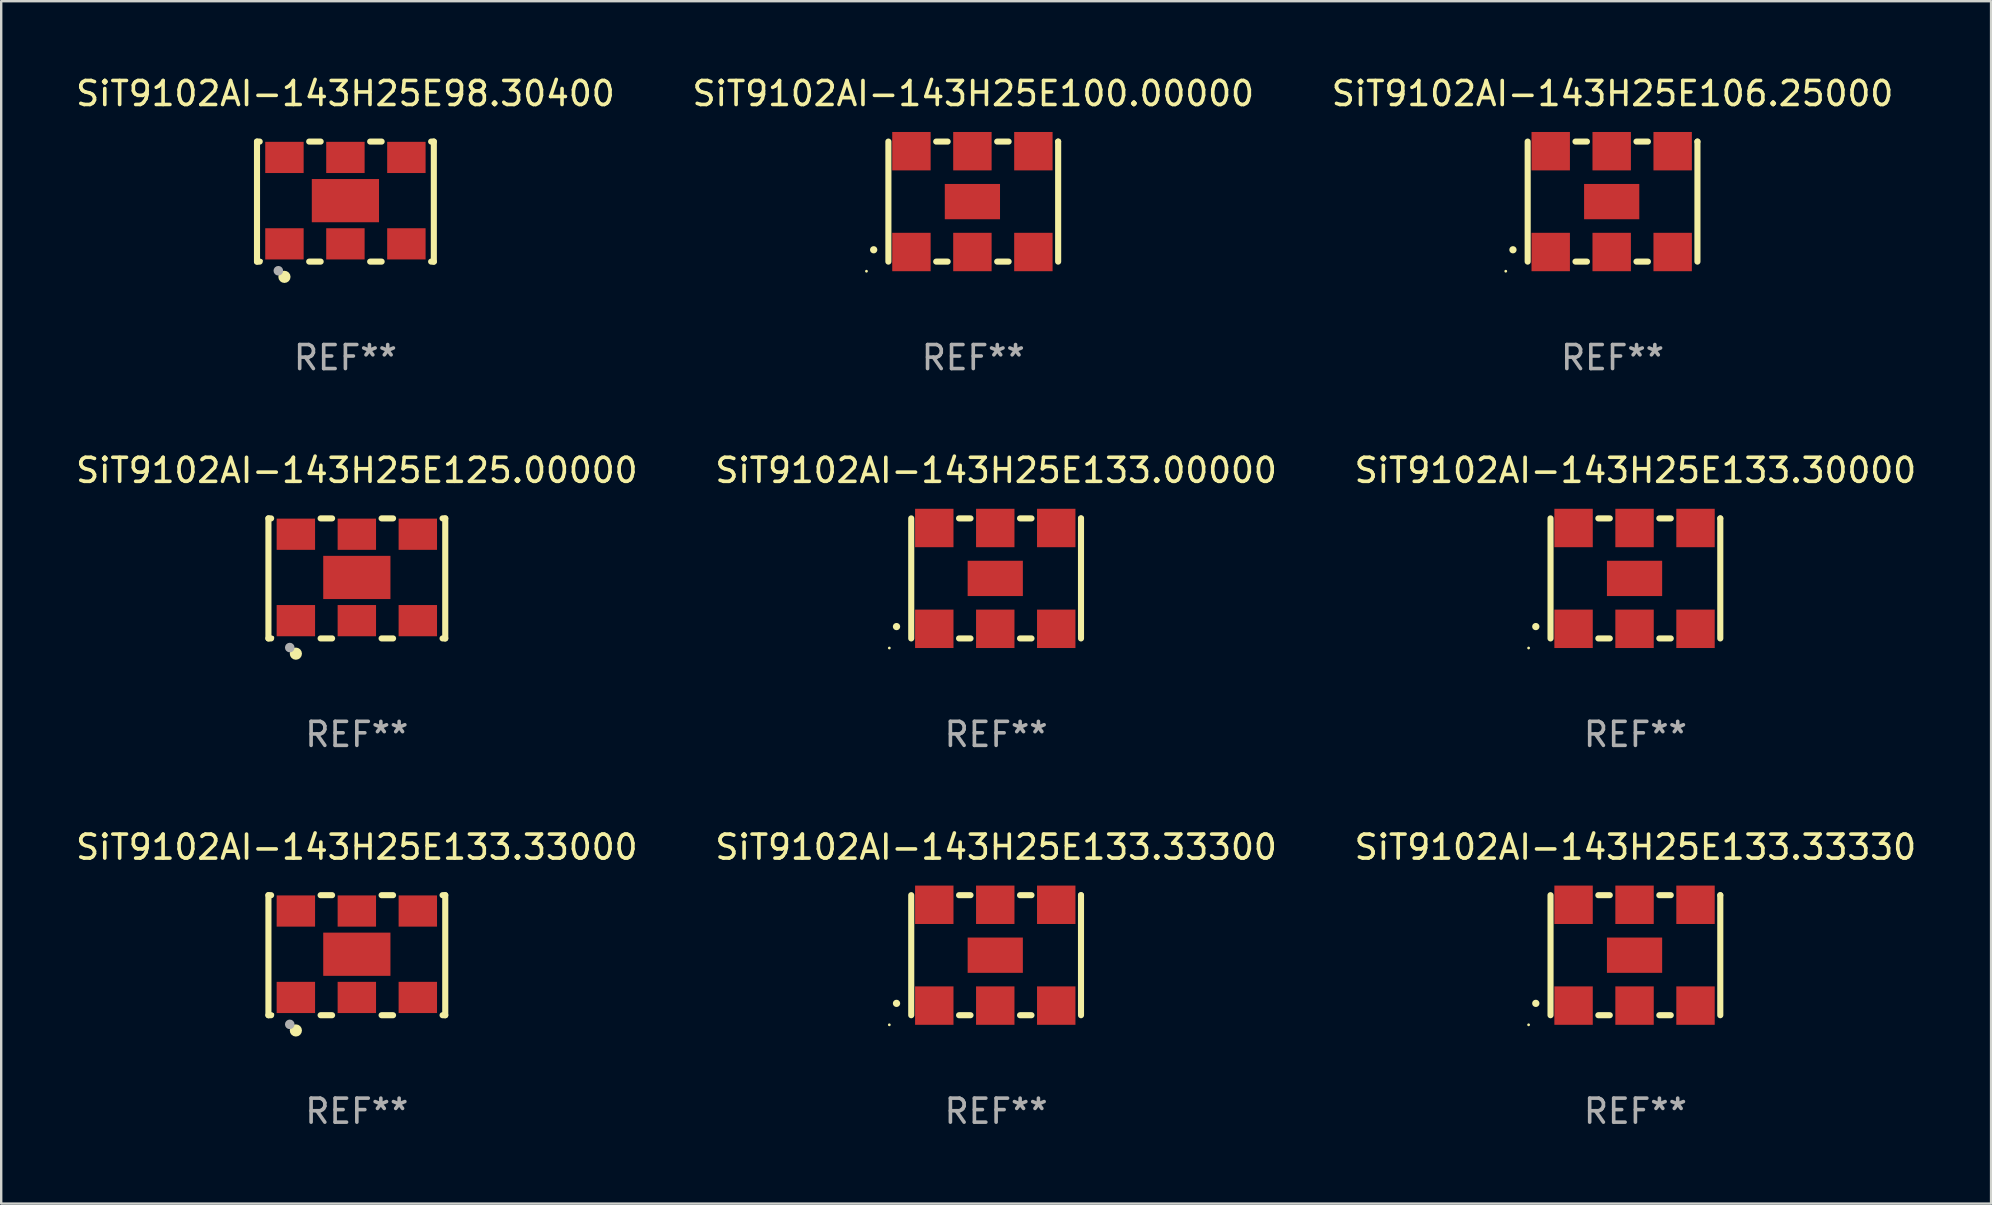
<source format=kicad_pcb>
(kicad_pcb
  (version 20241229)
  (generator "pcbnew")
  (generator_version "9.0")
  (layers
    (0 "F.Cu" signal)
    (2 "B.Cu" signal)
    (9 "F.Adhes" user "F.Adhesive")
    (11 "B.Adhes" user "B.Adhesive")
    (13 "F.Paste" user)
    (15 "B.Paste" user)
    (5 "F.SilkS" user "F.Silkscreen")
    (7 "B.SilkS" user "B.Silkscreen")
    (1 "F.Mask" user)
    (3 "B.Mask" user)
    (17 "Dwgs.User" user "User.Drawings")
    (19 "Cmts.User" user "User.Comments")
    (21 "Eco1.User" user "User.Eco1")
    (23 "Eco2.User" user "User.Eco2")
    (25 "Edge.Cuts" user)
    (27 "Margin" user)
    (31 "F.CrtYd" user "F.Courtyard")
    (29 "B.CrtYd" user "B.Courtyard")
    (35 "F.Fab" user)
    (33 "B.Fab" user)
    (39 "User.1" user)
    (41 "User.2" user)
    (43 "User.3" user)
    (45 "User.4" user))
  (footprint "SiT9102AI-143H25E133.33330"
    (layer "F.Cu")
    (at 65.077 36.741)
    (property "Reference" "SiT9102AI-143H25E133.33330" (at 0 -4.5 0) (layer "F.SilkS") (effects (font (size 1 1) (thickness 0.15))))
    (attr through_hole)
    (fp_line (start -3.536 -2.5) (end -3.536 2.5) (stroke (width 0.254) (type solid)) (layer "F.SilkS"))
    (fp_line (start -1.544 2.5) (end -1.067 2.5) (stroke (width 0.254) (type solid)) (layer "F.SilkS"))
    (fp_line (start -1.067 -2.5) (end -1.544 -2.5) (stroke (width 0.254) (type solid)) (layer "F.SilkS"))
    (fp_line (start 0.996 2.5) (end 1.473 2.5) (stroke (width 0.254) (type solid)) (layer "F.SilkS"))
    (fp_line (start 1.473 -2.5) (end 0.996 -2.5) (stroke (width 0.254) (type solid)) (layer "F.SilkS"))
    (fp_line (start 3.536 -2.5) (end 3.536 -2.5) (stroke (width 0.254) (type solid)) (layer "F.SilkS"))
    (fp_line (start 3.536 2.5) (end 3.536 -2.5) (stroke (width 0.254) (type solid)) (layer "F.SilkS"))
    (fp_arc (start -4.150432 2.006604) (mid -4.149162 2.006599) (end -4.147892 2.006604) (stroke (width 0.3) (type solid)) (layer "F.SilkS"))
    (fp_circle (center -4.449 2.9) (end -4.419 2.9) (stroke (width 0.06) (type solid)) (fill no) (layer "F.SilkS"))
    (fp_text user "REF**" (at 0 6.5 0) (layer "F.Fab") (effects (font (size 1 1) (thickness 0.15))))
    (pad "1" smd rect (at -2.576 2.1) (size 1.6 1.6) (layers "F.Cu" "F.Mask" "F.Paste"))
    (pad "2" smd rect (at -0.036 2.1) (size 1.6 1.6) (layers "F.Cu" "F.Mask" "F.Paste"))
    (pad "3" smd rect (at 2.504 2.1) (size 1.6 1.6) (layers "F.Cu" "F.Mask" "F.Paste"))
    (pad "4" smd rect (at 2.504 -2.1) (size 1.6 1.6) (layers "F.Cu" "F.Mask" "F.Paste"))
    (pad "5" smd rect (at -0.036 -2.1) (size 1.6 1.6) (layers "F.Cu" "F.Mask" "F.Paste"))
    (pad "6" smd rect (at -2.576 -2.1) (size 1.6 1.6) (layers "F.Cu" "F.Mask" "F.Paste"))
    (pad "7" smd rect (at -0.036 0) (size 2.3 1.47) (layers "F.Cu" "F.Mask" "F.Paste")))
  (footprint "SiT9102AI-143H25E106.25000"
    (layer "F.Cu")
    (at 64.125 5.348)
    (property "Reference" "SiT9102AI-143H25E106.25000" (at 0 -4.5 0) (layer "F.SilkS") (effects (font (size 1 1) (thickness 0.15))))
    (attr through_hole)
    (fp_line (start -3.536 -2.5) (end -3.536 2.5) (stroke (width 0.254) (type solid)) (layer "F.SilkS"))
    (fp_line (start -1.544 2.5) (end -1.067 2.5) (stroke (width 0.254) (type solid)) (layer "F.SilkS"))
    (fp_line (start -1.067 -2.5) (end -1.544 -2.5) (stroke (width 0.254) (type solid)) (layer "F.SilkS"))
    (fp_line (start 0.996 2.5) (end 1.473 2.5) (stroke (width 0.254) (type solid)) (layer "F.SilkS"))
    (fp_line (start 1.473 -2.5) (end 0.996 -2.5) (stroke (width 0.254) (type solid)) (layer "F.SilkS"))
    (fp_line (start 3.536 -2.5) (end 3.536 -2.5) (stroke (width 0.254) (type solid)) (layer "F.SilkS"))
    (fp_line (start 3.536 2.5) (end 3.536 -2.5) (stroke (width 0.254) (type solid)) (layer "F.SilkS"))
    (fp_arc (start -4.150432 2.006604) (mid -4.149162 2.006599) (end -4.147892 2.006604) (stroke (width 0.3) (type solid)) (layer "F.SilkS"))
    (fp_circle (center -4.449 2.9) (end -4.419 2.9) (stroke (width 0.06) (type solid)) (fill no) (layer "F.SilkS"))
    (fp_text user "REF**" (at 0 6.5 0) (layer "F.Fab") (effects (font (size 1 1) (thickness 0.15))))
    (pad "1" smd rect (at -2.576 2.1) (size 1.6 1.6) (layers "F.Cu" "F.Mask" "F.Paste"))
    (pad "2" smd rect (at -0.036 2.1) (size 1.6 1.6) (layers "F.Cu" "F.Mask" "F.Paste"))
    (pad "3" smd rect (at 2.504 2.1) (size 1.6 1.6) (layers "F.Cu" "F.Mask" "F.Paste"))
    (pad "4" smd rect (at 2.504 -2.1) (size 1.6 1.6) (layers "F.Cu" "F.Mask" "F.Paste"))
    (pad "5" smd rect (at -0.036 -2.1) (size 1.6 1.6) (layers "F.Cu" "F.Mask" "F.Paste"))
    (pad "6" smd rect (at -2.576 -2.1) (size 1.6 1.6) (layers "F.Cu" "F.Mask" "F.Paste"))
    (pad "7" smd rect (at -0.036 0) (size 2.3 1.47) (layers "F.Cu" "F.Mask" "F.Paste")))
  (footprint "SiT9102AI-143H25E133.00000"
    (layer "F.Cu")
    (at 38.446 21.045)
    (property "Reference" "SiT9102AI-143H25E133.00000" (at 0 -4.5 0) (layer "F.SilkS") (effects (font (size 1 1) (thickness 0.15))))
    (attr through_hole)
    (fp_line (start -3.536 -2.5) (end -3.536 2.5) (stroke (width 0.254) (type solid)) (layer "F.SilkS"))
    (fp_line (start -1.544 2.5) (end -1.067 2.5) (stroke (width 0.254) (type solid)) (layer "F.SilkS"))
    (fp_line (start -1.067 -2.5) (end -1.544 -2.5) (stroke (width 0.254) (type solid)) (layer "F.SilkS"))
    (fp_line (start 0.996 2.5) (end 1.473 2.5) (stroke (width 0.254) (type solid)) (layer "F.SilkS"))
    (fp_line (start 1.473 -2.5) (end 0.996 -2.5) (stroke (width 0.254) (type solid)) (layer "F.SilkS"))
    (fp_line (start 3.536 -2.5) (end 3.536 -2.5) (stroke (width 0.254) (type solid)) (layer "F.SilkS"))
    (fp_line (start 3.536 2.5) (end 3.536 -2.5) (stroke (width 0.254) (type solid)) (layer "F.SilkS"))
    (fp_arc (start -4.150432 2.006604) (mid -4.149162 2.006599) (end -4.147892 2.006604) (stroke (width 0.3) (type solid)) (layer "F.SilkS"))
    (fp_circle (center -4.449 2.9) (end -4.419 2.9) (stroke (width 0.06) (type solid)) (fill no) (layer "F.SilkS"))
    (fp_text user "REF**" (at 0 6.5 0) (layer "F.Fab") (effects (font (size 1 1) (thickness 0.15))))
    (pad "1" smd rect (at -2.576 2.1) (size 1.6 1.6) (layers "F.Cu" "F.Mask" "F.Paste"))
    (pad "2" smd rect (at -0.036 2.1) (size 1.6 1.6) (layers "F.Cu" "F.Mask" "F.Paste"))
    (pad "3" smd rect (at 2.504 2.1) (size 1.6 1.6) (layers "F.Cu" "F.Mask" "F.Paste"))
    (pad "4" smd rect (at 2.504 -2.1) (size 1.6 1.6) (layers "F.Cu" "F.Mask" "F.Paste"))
    (pad "5" smd rect (at -0.036 -2.1) (size 1.6 1.6) (layers "F.Cu" "F.Mask" "F.Paste"))
    (pad "6" smd rect (at -2.576 -2.1) (size 1.6 1.6) (layers "F.Cu" "F.Mask" "F.Paste"))
    (pad "7" smd rect (at -0.036 0) (size 2.3 1.47) (layers "F.Cu" "F.Mask" "F.Paste")))
  (footprint "SiT9102AI-143H25E133.33000"
    (layer "F.Cu")
    (at 11.815 36.741)
    (property "Reference" "SiT9102AI-143H25E133.33000" (at 0 -4.5 0) (layer "F.SilkS") (effects (font (size 1 1) (thickness 0.15))))
    (attr through_hole)
    (fp_line (start -3.683 -2.5) (end -3.571 -2.5) (stroke (width 0.254) (type solid)) (layer "F.SilkS"))
    (fp_line (start -3.683 2.5) (end -3.683 -2.5) (stroke (width 0.254) (type solid)) (layer "F.SilkS"))
    (fp_line (start -3.683 2.5) (end -3.571 2.5) (stroke (width 0.254) (type solid)) (layer "F.SilkS"))
    (fp_line (start -1.509 -2.5) (end -1.031 -2.5) (stroke (width 0.254) (type solid)) (layer "F.SilkS"))
    (fp_line (start -1.509 2.5) (end -1.031 2.5) (stroke (width 0.254) (type solid)) (layer "F.SilkS"))
    (fp_line (start 1.031 -2.5) (end 1.509 -2.5) (stroke (width 0.254) (type solid)) (layer "F.SilkS"))
    (fp_line (start 1.031 2.5) (end 1.509 2.5) (stroke (width 0.254) (type solid)) (layer "F.SilkS"))
    (fp_line (start 3.571 -2.5) (end 3.683 -2.5) (stroke (width 0.254) (type solid)) (layer "F.SilkS"))
    (fp_line (start 3.571 2.5) (end 3.683 2.5) (stroke (width 0.254) (type solid)) (layer "F.SilkS"))
    (fp_line (start 3.683 2.5) (end 3.683 -2.5) (stroke (width 0.254) (type solid)) (layer "F.SilkS"))
    (fp_circle (center -3.5 2.46) (end -3.47 2.46) (stroke (width 0.06) (type solid)) (fill no) (layer "F.SilkS"))
    (fp_circle (center -2.54 3.135) (end -2.413 3.135) (stroke (width 0.254) (type solid)) (fill no) (layer "F.SilkS"))
    (fp_circle (center -2.794 2.881) (end -2.694 2.881) (stroke (width 0.2) (type solid)) (fill no) (layer "F.Fab"))
    (fp_text user "REF**" (at 0 6.5 0) (layer "F.Fab") (effects (font (size 1 1) (thickness 0.15))))
    (pad "1" smd rect (at -2.54 1.76) (size 1.6 1.3) (layers "F.Cu" "F.Mask" "F.Paste"))
    (pad "2" smd rect (at 0 1.76) (size 1.6 1.3) (layers "F.Cu" "F.Mask" "F.Paste"))
    (pad "3" smd rect (at 2.54 1.76) (size 1.6 1.3) (layers "F.Cu" "F.Mask" "F.Paste"))
    (pad "4" smd rect (at 2.54 -1.84) (size 1.6 1.3) (layers "F.Cu" "F.Mask" "F.Paste"))
    (pad "5" smd rect (at 0 -1.84) (size 1.6 1.3) (layers "F.Cu" "F.Mask" "F.Paste"))
    (pad "6" smd rect (at -2.54 -1.84) (size 1.6 1.3) (layers "F.Cu" "F.Mask" "F.Paste"))
    (pad "7" smd rect (at 0 -0.04) (size 2.8 1.8) (layers "F.Cu" "F.Mask" "F.Paste")))
  (footprint "SiT9102AI-143H25E100.00000"
    (layer "F.Cu")
    (at 37.494 5.348)
    (property "Reference" "SiT9102AI-143H25E100.00000" (at 0 -4.5 0) (layer "F.SilkS") (effects (font (size 1 1) (thickness 0.15))))
    (attr through_hole)
    (fp_line (start -3.536 -2.5) (end -3.536 2.5) (stroke (width 0.254) (type solid)) (layer "F.SilkS"))
    (fp_line (start -1.544 2.5) (end -1.067 2.5) (stroke (width 0.254) (type solid)) (layer "F.SilkS"))
    (fp_line (start -1.067 -2.5) (end -1.544 -2.5) (stroke (width 0.254) (type solid)) (layer "F.SilkS"))
    (fp_line (start 0.996 2.5) (end 1.473 2.5) (stroke (width 0.254) (type solid)) (layer "F.SilkS"))
    (fp_line (start 1.473 -2.5) (end 0.996 -2.5) (stroke (width 0.254) (type solid)) (layer "F.SilkS"))
    (fp_line (start 3.536 -2.5) (end 3.536 -2.5) (stroke (width 0.254) (type solid)) (layer "F.SilkS"))
    (fp_line (start 3.536 2.5) (end 3.536 -2.5) (stroke (width 0.254) (type solid)) (layer "F.SilkS"))
    (fp_arc (start -4.150432 2.006604) (mid -4.149162 2.006599) (end -4.147892 2.006604) (stroke (width 0.3) (type solid)) (layer "F.SilkS"))
    (fp_circle (center -4.449 2.9) (end -4.419 2.9) (stroke (width 0.06) (type solid)) (fill no) (layer "F.SilkS"))
    (fp_text user "REF**" (at 0 6.5 0) (layer "F.Fab") (effects (font (size 1 1) (thickness 0.15))))
    (pad "1" smd rect (at -2.576 2.1) (size 1.6 1.6) (layers "F.Cu" "F.Mask" "F.Paste"))
    (pad "2" smd rect (at -0.036 2.1) (size 1.6 1.6) (layers "F.Cu" "F.Mask" "F.Paste"))
    (pad "3" smd rect (at 2.504 2.1) (size 1.6 1.6) (layers "F.Cu" "F.Mask" "F.Paste"))
    (pad "4" smd rect (at 2.504 -2.1) (size 1.6 1.6) (layers "F.Cu" "F.Mask" "F.Paste"))
    (pad "5" smd rect (at -0.036 -2.1) (size 1.6 1.6) (layers "F.Cu" "F.Mask" "F.Paste"))
    (pad "6" smd rect (at -2.576 -2.1) (size 1.6 1.6) (layers "F.Cu" "F.Mask" "F.Paste"))
    (pad "7" smd rect (at -0.036 0) (size 2.3 1.47) (layers "F.Cu" "F.Mask" "F.Paste")))
  (footprint "SiT9102AI-143H25E133.33300"
    (layer "F.Cu")
    (at 38.446 36.741)
    (property "Reference" "SiT9102AI-143H25E133.33300" (at 0 -4.5 0) (layer "F.SilkS") (effects (font (size 1 1) (thickness 0.15))))
    (attr through_hole)
    (fp_line (start -3.536 -2.5) (end -3.536 2.5) (stroke (width 0.254) (type solid)) (layer "F.SilkS"))
    (fp_line (start -1.544 2.5) (end -1.067 2.5) (stroke (width 0.254) (type solid)) (layer "F.SilkS"))
    (fp_line (start -1.067 -2.5) (end -1.544 -2.5) (stroke (width 0.254) (type solid)) (layer "F.SilkS"))
    (fp_line (start 0.996 2.5) (end 1.473 2.5) (stroke (width 0.254) (type solid)) (layer "F.SilkS"))
    (fp_line (start 1.473 -2.5) (end 0.996 -2.5) (stroke (width 0.254) (type solid)) (layer "F.SilkS"))
    (fp_line (start 3.536 -2.5) (end 3.536 -2.5) (stroke (width 0.254) (type solid)) (layer "F.SilkS"))
    (fp_line (start 3.536 2.5) (end 3.536 -2.5) (stroke (width 0.254) (type solid)) (layer "F.SilkS"))
    (fp_arc (start -4.150432 2.006604) (mid -4.149162 2.006599) (end -4.147892 2.006604) (stroke (width 0.3) (type solid)) (layer "F.SilkS"))
    (fp_circle (center -4.449 2.9) (end -4.419 2.9) (stroke (width 0.06) (type solid)) (fill no) (layer "F.SilkS"))
    (fp_text user "REF**" (at 0 6.5 0) (layer "F.Fab") (effects (font (size 1 1) (thickness 0.15))))
    (pad "1" smd rect (at -2.576 2.1) (size 1.6 1.6) (layers "F.Cu" "F.Mask" "F.Paste"))
    (pad "2" smd rect (at -0.036 2.1) (size 1.6 1.6) (layers "F.Cu" "F.Mask" "F.Paste"))
    (pad "3" smd rect (at 2.504 2.1) (size 1.6 1.6) (layers "F.Cu" "F.Mask" "F.Paste"))
    (pad "4" smd rect (at 2.504 -2.1) (size 1.6 1.6) (layers "F.Cu" "F.Mask" "F.Paste"))
    (pad "5" smd rect (at -0.036 -2.1) (size 1.6 1.6) (layers "F.Cu" "F.Mask" "F.Paste"))
    (pad "6" smd rect (at -2.576 -2.1) (size 1.6 1.6) (layers "F.Cu" "F.Mask" "F.Paste"))
    (pad "7" smd rect (at -0.036 0) (size 2.3 1.47) (layers "F.Cu" "F.Mask" "F.Paste")))
  (footprint "SiT9102AI-143H25E133.30000"
    (layer "F.Cu")
    (at 65.077 21.045)
    (property "Reference" "SiT9102AI-143H25E133.30000" (at 0 -4.5 0) (layer "F.SilkS") (effects (font (size 1 1) (thickness 0.15))))
    (attr through_hole)
    (fp_line (start -3.536 -2.5) (end -3.536 2.5) (stroke (width 0.254) (type solid)) (layer "F.SilkS"))
    (fp_line (start -1.544 2.5) (end -1.067 2.5) (stroke (width 0.254) (type solid)) (layer "F.SilkS"))
    (fp_line (start -1.067 -2.5) (end -1.544 -2.5) (stroke (width 0.254) (type solid)) (layer "F.SilkS"))
    (fp_line (start 0.996 2.5) (end 1.473 2.5) (stroke (width 0.254) (type solid)) (layer "F.SilkS"))
    (fp_line (start 1.473 -2.5) (end 0.996 -2.5) (stroke (width 0.254) (type solid)) (layer "F.SilkS"))
    (fp_line (start 3.536 -2.5) (end 3.536 -2.5) (stroke (width 0.254) (type solid)) (layer "F.SilkS"))
    (fp_line (start 3.536 2.5) (end 3.536 -2.5) (stroke (width 0.254) (type solid)) (layer "F.SilkS"))
    (fp_arc (start -4.150432 2.006604) (mid -4.149162 2.006599) (end -4.147892 2.006604) (stroke (width 0.3) (type solid)) (layer "F.SilkS"))
    (fp_circle (center -4.449 2.9) (end -4.419 2.9) (stroke (width 0.06) (type solid)) (fill no) (layer "F.SilkS"))
    (fp_text user "REF**" (at 0 6.5 0) (layer "F.Fab") (effects (font (size 1 1) (thickness 0.15))))
    (pad "1" smd rect (at -2.576 2.1) (size 1.6 1.6) (layers "F.Cu" "F.Mask" "F.Paste"))
    (pad "2" smd rect (at -0.036 2.1) (size 1.6 1.6) (layers "F.Cu" "F.Mask" "F.Paste"))
    (pad "3" smd rect (at 2.504 2.1) (size 1.6 1.6) (layers "F.Cu" "F.Mask" "F.Paste"))
    (pad "4" smd rect (at 2.504 -2.1) (size 1.6 1.6) (layers "F.Cu" "F.Mask" "F.Paste"))
    (pad "5" smd rect (at -0.036 -2.1) (size 1.6 1.6) (layers "F.Cu" "F.Mask" "F.Paste"))
    (pad "6" smd rect (at -2.576 -2.1) (size 1.6 1.6) (layers "F.Cu" "F.Mask" "F.Paste"))
    (pad "7" smd rect (at -0.036 0) (size 2.3 1.47) (layers "F.Cu" "F.Mask" "F.Paste")))
  (footprint "SiT9102AI-143H25E125.00000"
    (layer "F.Cu")
    (at 11.815 21.045)
    (property "Reference" "SiT9102AI-143H25E125.00000" (at 0 -4.5 0) (layer "F.SilkS") (effects (font (size 1 1) (thickness 0.15))))
    (attr through_hole)
    (fp_line (start -3.683 -2.5) (end -3.571 -2.5) (stroke (width 0.254) (type solid)) (layer "F.SilkS"))
    (fp_line (start -3.683 2.5) (end -3.683 -2.5) (stroke (width 0.254) (type solid)) (layer "F.SilkS"))
    (fp_line (start -3.683 2.5) (end -3.571 2.5) (stroke (width 0.254) (type solid)) (layer "F.SilkS"))
    (fp_line (start -1.509 -2.5) (end -1.031 -2.5) (stroke (width 0.254) (type solid)) (layer "F.SilkS"))
    (fp_line (start -1.509 2.5) (end -1.031 2.5) (stroke (width 0.254) (type solid)) (layer "F.SilkS"))
    (fp_line (start 1.031 -2.5) (end 1.509 -2.5) (stroke (width 0.254) (type solid)) (layer "F.SilkS"))
    (fp_line (start 1.031 2.5) (end 1.509 2.5) (stroke (width 0.254) (type solid)) (layer "F.SilkS"))
    (fp_line (start 3.571 -2.5) (end 3.683 -2.5) (stroke (width 0.254) (type solid)) (layer "F.SilkS"))
    (fp_line (start 3.571 2.5) (end 3.683 2.5) (stroke (width 0.254) (type solid)) (layer "F.SilkS"))
    (fp_line (start 3.683 2.5) (end 3.683 -2.5) (stroke (width 0.254) (type solid)) (layer "F.SilkS"))
    (fp_circle (center -3.5 2.46) (end -3.47 2.46) (stroke (width 0.06) (type solid)) (fill no) (layer "F.SilkS"))
    (fp_circle (center -2.54 3.135) (end -2.413 3.135) (stroke (width 0.254) (type solid)) (fill no) (layer "F.SilkS"))
    (fp_circle (center -2.794 2.881) (end -2.694 2.881) (stroke (width 0.2) (type solid)) (fill no) (layer "F.Fab"))
    (fp_text user "REF**" (at 0 6.5 0) (layer "F.Fab") (effects (font (size 1 1) (thickness 0.15))))
    (pad "1" smd rect (at -2.54 1.76) (size 1.6 1.3) (layers "F.Cu" "F.Mask" "F.Paste"))
    (pad "2" smd rect (at 0 1.76) (size 1.6 1.3) (layers "F.Cu" "F.Mask" "F.Paste"))
    (pad "3" smd rect (at 2.54 1.76) (size 1.6 1.3) (layers "F.Cu" "F.Mask" "F.Paste"))
    (pad "4" smd rect (at 2.54 -1.84) (size 1.6 1.3) (layers "F.Cu" "F.Mask" "F.Paste"))
    (pad "5" smd rect (at 0 -1.84) (size 1.6 1.3) (layers "F.Cu" "F.Mask" "F.Paste"))
    (pad "6" smd rect (at -2.54 -1.84) (size 1.6 1.3) (layers "F.Cu" "F.Mask" "F.Paste"))
    (pad "7" smd rect (at 0 -0.04) (size 2.8 1.8) (layers "F.Cu" "F.Mask" "F.Paste")))
  (footprint "SiT9102AI-143H25E98.30400"
    (layer "F.Cu")
    (at 11.339 5.348)
    (property "Reference" "SiT9102AI-143H25E98.30400" (at 0 -4.5 0) (layer "F.SilkS") (effects (font (size 1 1) (thickness 0.15))))
    (attr through_hole)
    (fp_line (start -3.683 -2.5) (end -3.571 -2.5) (stroke (width 0.254) (type solid)) (layer "F.SilkS"))
    (fp_line (start -3.683 2.5) (end -3.683 -2.5) (stroke (width 0.254) (type solid)) (layer "F.SilkS"))
    (fp_line (start -3.683 2.5) (end -3.571 2.5) (stroke (width 0.254) (type solid)) (layer "F.SilkS"))
    (fp_line (start -1.509 -2.5) (end -1.031 -2.5) (stroke (width 0.254) (type solid)) (layer "F.SilkS"))
    (fp_line (start -1.509 2.5) (end -1.031 2.5) (stroke (width 0.254) (type solid)) (layer "F.SilkS"))
    (fp_line (start 1.031 -2.5) (end 1.509 -2.5) (stroke (width 0.254) (type solid)) (layer "F.SilkS"))
    (fp_line (start 1.031 2.5) (end 1.509 2.5) (stroke (width 0.254) (type solid)) (layer "F.SilkS"))
    (fp_line (start 3.571 -2.5) (end 3.683 -2.5) (stroke (width 0.254) (type solid)) (layer "F.SilkS"))
    (fp_line (start 3.571 2.5) (end 3.683 2.5) (stroke (width 0.254) (type solid)) (layer "F.SilkS"))
    (fp_line (start 3.683 2.5) (end 3.683 -2.5) (stroke (width 0.254) (type solid)) (layer "F.SilkS"))
    (fp_circle (center -3.5 2.46) (end -3.47 2.46) (stroke (width 0.06) (type solid)) (fill no) (layer "F.SilkS"))
    (fp_circle (center -2.54 3.135) (end -2.413 3.135) (stroke (width 0.254) (type solid)) (fill no) (layer "F.SilkS"))
    (fp_circle (center -2.794 2.881) (end -2.694 2.881) (stroke (width 0.2) (type solid)) (fill no) (layer "F.Fab"))
    (fp_text user "REF**" (at 0 6.5 0) (layer "F.Fab") (effects (font (size 1 1) (thickness 0.15))))
    (pad "1" smd rect (at -2.54 1.76) (size 1.6 1.3) (layers "F.Cu" "F.Mask" "F.Paste"))
    (pad "2" smd rect (at 0 1.76) (size 1.6 1.3) (layers "F.Cu" "F.Mask" "F.Paste"))
    (pad "3" smd rect (at 2.54 1.76) (size 1.6 1.3) (layers "F.Cu" "F.Mask" "F.Paste"))
    (pad "4" smd rect (at 2.54 -1.84) (size 1.6 1.3) (layers "F.Cu" "F.Mask" "F.Paste"))
    (pad "5" smd rect (at 0 -1.84) (size 1.6 1.3) (layers "F.Cu" "F.Mask" "F.Paste"))
    (pad "6" smd rect (at -2.54 -1.84) (size 1.6 1.3) (layers "F.Cu" "F.Mask" "F.Paste"))
    (pad "7" smd rect (at 0 -0.04) (size 2.8 1.8) (layers "F.Cu" "F.Mask" "F.Paste")))
  (gr_rect
    (start -3 -3)
    (end 79.893 47.09)
    (stroke (width 0.1) (type default))
    (fill no)
    (layer "Edge.Cuts")))
</source>
